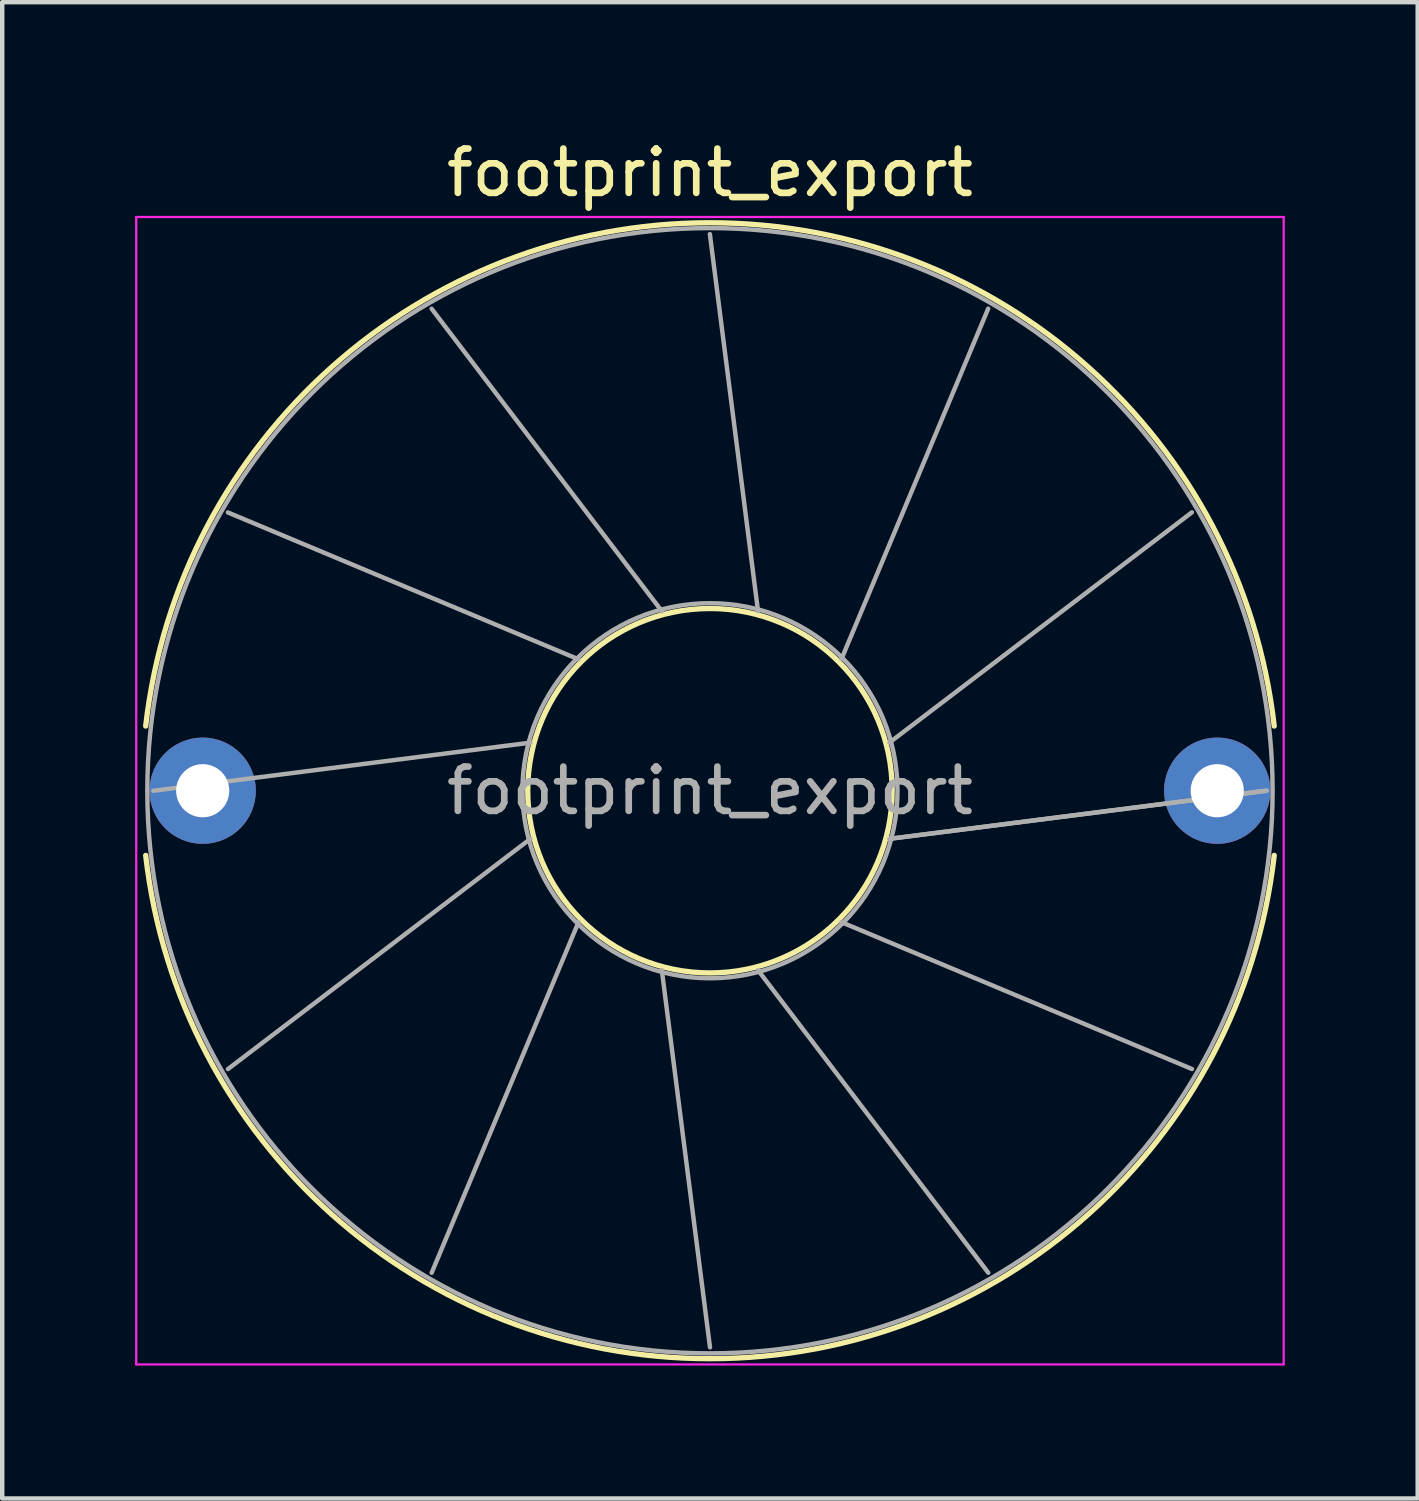
<source format=kicad_pcb>
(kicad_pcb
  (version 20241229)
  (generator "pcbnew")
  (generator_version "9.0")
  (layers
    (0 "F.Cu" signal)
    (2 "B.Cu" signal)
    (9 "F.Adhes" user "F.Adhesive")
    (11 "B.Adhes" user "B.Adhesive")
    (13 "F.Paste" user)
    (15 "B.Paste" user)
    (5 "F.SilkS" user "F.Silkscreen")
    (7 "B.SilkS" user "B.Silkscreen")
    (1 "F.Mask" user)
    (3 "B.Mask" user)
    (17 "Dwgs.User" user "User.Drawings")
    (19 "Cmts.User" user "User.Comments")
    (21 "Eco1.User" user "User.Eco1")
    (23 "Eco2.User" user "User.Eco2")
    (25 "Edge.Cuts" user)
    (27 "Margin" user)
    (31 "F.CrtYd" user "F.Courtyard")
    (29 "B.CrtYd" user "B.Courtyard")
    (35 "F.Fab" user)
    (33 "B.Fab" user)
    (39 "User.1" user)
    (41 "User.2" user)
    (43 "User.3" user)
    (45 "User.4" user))
  (footprint "footprint_export"
    (layer "F.Cu")
    (at 1.525 14.798)
    (property "Reference" "footprint_export" (at 11.45 -13.95 0) (layer "F.SilkS") (effects (font (size 1 1) (thickness 0.15))))
    (attr through_hole)
    (fp_arc (start -1.286593 -1.46) (mid 11.45 -12.82) (end 24.186593 -1.46) (stroke (width 0.12) (type solid)) (layer "F.SilkS"))
    (fp_arc (start 24.186593 1.46) (mid 11.45 12.82) (end -1.286593 1.46) (stroke (width 0.12) (type solid)) (layer "F.SilkS"))
    (fp_circle (center 11.45 0) (end 15.563 0) (stroke (width 0.12) (type solid)) (fill no) (layer "F.SilkS"))
    (fp_line (start -1.5 -12.95) (end -1.5 12.95) (stroke (width 0.05) (type solid)) (layer "F.CrtYd"))
    (fp_line (start -1.5 12.95) (end 24.4 12.95) (stroke (width 0.05) (type solid)) (layer "F.CrtYd"))
    (fp_line (start 24.4 -12.95) (end -1.5 -12.95) (stroke (width 0.05) (type solid)) (layer "F.CrtYd"))
    (fp_line (start 24.4 12.95) (end 24.4 -12.95) (stroke (width 0.05) (type solid)) (layer "F.CrtYd"))
    (fp_line (start -1.114 0.001) (end 7.397 -1.085) (stroke (width 0.1) (type solid)) (layer "F.Fab"))
    (fp_line (start 0.569 -6.281) (end 8.483 -2.966) (stroke (width 0.1) (type solid)) (layer "F.Fab"))
    (fp_line (start 0.57 6.283) (end 7.397 1.086) (stroke (width 0.1) (type solid)) (layer "F.Fab"))
    (fp_line (start 5.167 -10.88) (end 10.364 -4.052) (stroke (width 0.1) (type solid)) (layer "F.Fab"))
    (fp_line (start 5.169 10.881) (end 8.483 2.967) (stroke (width 0.1) (type solid)) (layer "F.Fab"))
    (fp_line (start 11.448 -12.564) (end 12.535 -4.053) (stroke (width 0.1) (type solid)) (layer "F.Fab"))
    (fp_line (start 11.451 12.564) (end 10.364 4.053) (stroke (width 0.1) (type solid)) (layer "F.Fab"))
    (fp_line (start 17.73 -10.881) (end 14.416 -2.967) (stroke (width 0.1) (type solid)) (layer "F.Fab"))
    (fp_line (start 17.732 10.88) (end 12.536 4.053) (stroke (width 0.1) (type solid)) (layer "F.Fab"))
    (fp_line (start 22.329 -6.284) (end 15.502 -1.087) (stroke (width 0.1) (type solid)) (layer "F.Fab"))
    (fp_line (start 22.33 6.282) (end 14.417 2.967) (stroke (width 0.1) (type solid)) (layer "F.Fab"))
    (fp_line (start 24.014 -0.002) (end 15.503 1.085) (stroke (width 0.1) (type solid)) (layer "F.Fab"))
    (fp_line (start 24.014 0) (end 15.503 1.086) (stroke (width 0.1) (type solid)) (layer "F.Fab"))
    (fp_circle (center 11.45 0) (end 15.683 0) (stroke (width 0.1) (type solid)) (fill no) (layer "F.Fab"))
    (fp_circle (center 11.45 0) (end 24.15 0) (stroke (width 0.1) (type solid)) (fill no) (layer "F.Fab"))
    (fp_text user "${REFERENCE}" (at 11.45 0 0) (layer "F.Fab") (effects (font (size 1 1) (thickness 0.15))))
    (pad "1" thru_hole circle (at 0 0) (size 2.4 2.4) (drill 1.2) (layers "*.Cu" "*.Mask"))
    (pad "2" thru_hole circle (at 22.9 0) (size 2.4 2.4) (drill 1.2) (layers "*.Cu" "*.Mask")))
  (gr_rect
    (start -3 -3)
    (end 28.95 30.773)
    (stroke (width 0.1) (type default))
    (fill no)
    (layer "Edge.Cuts")))
</source>
